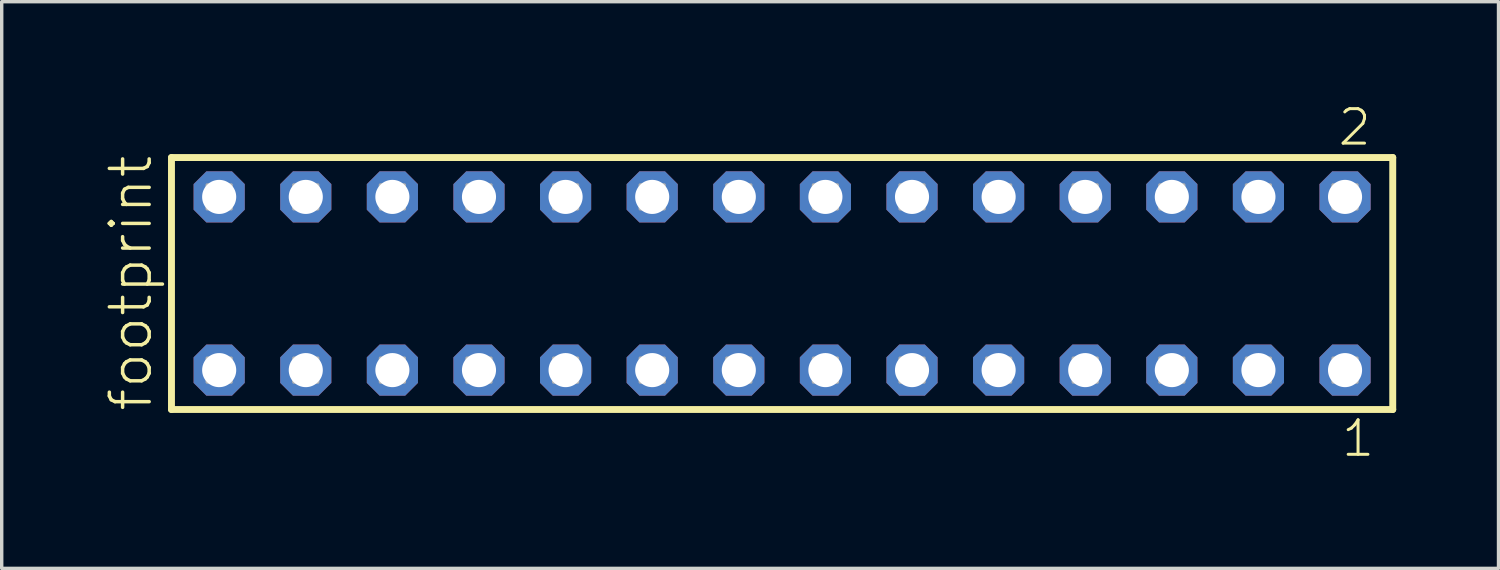
<source format=kicad_pcb>
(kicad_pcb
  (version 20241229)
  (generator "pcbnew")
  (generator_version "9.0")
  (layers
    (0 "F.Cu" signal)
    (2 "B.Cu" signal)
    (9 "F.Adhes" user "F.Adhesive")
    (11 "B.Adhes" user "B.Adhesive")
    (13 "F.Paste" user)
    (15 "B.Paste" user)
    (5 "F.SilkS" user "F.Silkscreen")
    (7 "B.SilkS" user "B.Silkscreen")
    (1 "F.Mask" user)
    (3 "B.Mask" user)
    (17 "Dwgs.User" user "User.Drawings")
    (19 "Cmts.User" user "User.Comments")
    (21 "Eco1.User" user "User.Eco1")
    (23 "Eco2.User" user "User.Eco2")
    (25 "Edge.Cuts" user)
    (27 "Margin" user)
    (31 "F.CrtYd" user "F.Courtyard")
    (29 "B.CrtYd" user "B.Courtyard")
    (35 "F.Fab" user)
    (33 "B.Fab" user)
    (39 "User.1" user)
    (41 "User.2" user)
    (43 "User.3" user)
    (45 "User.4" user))
  (footprint "footprint"
    (layer "F.Cu")
    (at 19.888 5.265)
    (property "Reference" "footprint" (at -18.415 3.81 90) (layer "F.SilkS") (effects (font (size 1.168 1.168) (thickness 0.102)) (justify left bottom)))
    (fp_line (start -17.909 -3.695) (end 17.909 -3.695) (stroke (width 0.203) (type solid)) (layer "F.SilkS"))
    (fp_line (start -17.909 3.695) (end -17.909 -3.695) (stroke (width 0.203) (type solid)) (layer "F.SilkS"))
    (fp_line (start 17.909 -3.695) (end 17.909 3.695) (stroke (width 0.203) (type solid)) (layer "F.SilkS"))
    (fp_line (start 17.909 3.695) (end -17.909 3.695) (stroke (width 0.203) (type solid)) (layer "F.SilkS"))
    (fp_poly (pts (xy -16.86 -2.19) (xy -16.16 -2.19) (xy -16.16 -2.89) (xy -16.86 -2.89)) (stroke (width 0.1) (type solid)) (fill no) (layer "F.Fab"))
    (fp_poly (pts (xy -16.86 2.89) (xy -16.16 2.89) (xy -16.16 2.19) (xy -16.86 2.19)) (stroke (width 0.1) (type solid)) (fill no) (layer "F.Fab"))
    (fp_poly (pts (xy -14.32 -2.19) (xy -13.62 -2.19) (xy -13.62 -2.89) (xy -14.32 -2.89)) (stroke (width 0.1) (type solid)) (fill no) (layer "F.Fab"))
    (fp_poly (pts (xy -14.32 2.89) (xy -13.62 2.89) (xy -13.62 2.19) (xy -14.32 2.19)) (stroke (width 0.1) (type solid)) (fill no) (layer "F.Fab"))
    (fp_poly (pts (xy -11.78 -2.19) (xy -11.08 -2.19) (xy -11.08 -2.89) (xy -11.78 -2.89)) (stroke (width 0.1) (type solid)) (fill no) (layer "F.Fab"))
    (fp_poly (pts (xy -11.78 2.89) (xy -11.08 2.89) (xy -11.08 2.19) (xy -11.78 2.19)) (stroke (width 0.1) (type solid)) (fill no) (layer "F.Fab"))
    (fp_poly (pts (xy -9.24 -2.19) (xy -8.54 -2.19) (xy -8.54 -2.89) (xy -9.24 -2.89)) (stroke (width 0.1) (type solid)) (fill no) (layer "F.Fab"))
    (fp_poly (pts (xy -9.24 2.89) (xy -8.54 2.89) (xy -8.54 2.19) (xy -9.24 2.19)) (stroke (width 0.1) (type solid)) (fill no) (layer "F.Fab"))
    (fp_poly (pts (xy -6.7 -2.19) (xy -6 -2.19) (xy -6 -2.89) (xy -6.7 -2.89)) (stroke (width 0.1) (type solid)) (fill no) (layer "F.Fab"))
    (fp_poly (pts (xy -6.7 2.89) (xy -6 2.89) (xy -6 2.19) (xy -6.7 2.19)) (stroke (width 0.1) (type solid)) (fill no) (layer "F.Fab"))
    (fp_poly (pts (xy -4.16 -2.19) (xy -3.46 -2.19) (xy -3.46 -2.89) (xy -4.16 -2.89)) (stroke (width 0.1) (type solid)) (fill no) (layer "F.Fab"))
    (fp_poly (pts (xy -4.16 2.89) (xy -3.46 2.89) (xy -3.46 2.19) (xy -4.16 2.19)) (stroke (width 0.1) (type solid)) (fill no) (layer "F.Fab"))
    (fp_poly (pts (xy -1.62 -2.19) (xy -0.92 -2.19) (xy -0.92 -2.89) (xy -1.62 -2.89)) (stroke (width 0.1) (type solid)) (fill no) (layer "F.Fab"))
    (fp_poly (pts (xy -1.62 2.89) (xy -0.92 2.89) (xy -0.92 2.19) (xy -1.62 2.19)) (stroke (width 0.1) (type solid)) (fill no) (layer "F.Fab"))
    (fp_poly (pts (xy 0.92 -2.19) (xy 1.62 -2.19) (xy 1.62 -2.89) (xy 0.92 -2.89)) (stroke (width 0.1) (type solid)) (fill no) (layer "F.Fab"))
    (fp_poly (pts (xy 0.92 2.89) (xy 1.62 2.89) (xy 1.62 2.19) (xy 0.92 2.19)) (stroke (width 0.1) (type solid)) (fill no) (layer "F.Fab"))
    (fp_poly (pts (xy 3.46 -2.19) (xy 4.16 -2.19) (xy 4.16 -2.89) (xy 3.46 -2.89)) (stroke (width 0.1) (type solid)) (fill no) (layer "F.Fab"))
    (fp_poly (pts (xy 3.46 2.89) (xy 4.16 2.89) (xy 4.16 2.19) (xy 3.46 2.19)) (stroke (width 0.1) (type solid)) (fill no) (layer "F.Fab"))
    (fp_poly (pts (xy 6 -2.19) (xy 6.7 -2.19) (xy 6.7 -2.89) (xy 6 -2.89)) (stroke (width 0.1) (type solid)) (fill no) (layer "F.Fab"))
    (fp_poly (pts (xy 6 2.89) (xy 6.7 2.89) (xy 6.7 2.19) (xy 6 2.19)) (stroke (width 0.1) (type solid)) (fill no) (layer "F.Fab"))
    (fp_poly (pts (xy 8.54 -2.19) (xy 9.24 -2.19) (xy 9.24 -2.89) (xy 8.54 -2.89)) (stroke (width 0.1) (type solid)) (fill no) (layer "F.Fab"))
    (fp_poly (pts (xy 8.54 2.89) (xy 9.24 2.89) (xy 9.24 2.19) (xy 8.54 2.19)) (stroke (width 0.1) (type solid)) (fill no) (layer "F.Fab"))
    (fp_poly (pts (xy 11.08 -2.19) (xy 11.78 -2.19) (xy 11.78 -2.89) (xy 11.08 -2.89)) (stroke (width 0.1) (type solid)) (fill no) (layer "F.Fab"))
    (fp_poly (pts (xy 11.08 2.89) (xy 11.78 2.89) (xy 11.78 2.19) (xy 11.08 2.19)) (stroke (width 0.1) (type solid)) (fill no) (layer "F.Fab"))
    (fp_poly (pts (xy 13.62 -2.19) (xy 14.32 -2.19) (xy 14.32 -2.89) (xy 13.62 -2.89)) (stroke (width 0.1) (type solid)) (fill no) (layer "F.Fab"))
    (fp_poly (pts (xy 13.62 2.89) (xy 14.32 2.89) (xy 14.32 2.19) (xy 13.62 2.19)) (stroke (width 0.1) (type solid)) (fill no) (layer "F.Fab"))
    (fp_poly (pts (xy 16.16 -2.19) (xy 16.86 -2.19) (xy 16.86 -2.89) (xy 16.16 -2.89)) (stroke (width 0.1) (type solid)) (fill no) (layer "F.Fab"))
    (fp_poly (pts (xy 16.16 2.89) (xy 16.86 2.89) (xy 16.86 2.19) (xy 16.16 2.19)) (stroke (width 0.1) (type solid)) (fill no) (layer "F.Fab"))
    (fp_text user "2" (at 16.252 -3.989 0) (layer "F.SilkS") (effects (font (size 1.012 1.012) (thickness 0.088)) (justify left bottom)))
    (fp_text user "1" (at 16.352 5.138 0) (layer "F.SilkS") (effects (font (size 1.012 1.012) (thickness 0.088)) (justify left bottom)))
    (pad "1" thru_hole roundrect (at 16.51 2.54 180) (size 1.5 1.5) (drill 1) (layers "*.Cu" "*.Mask") (roundrect_rratio 0.25) (chamfer_ratio 0.25) (chamfer top_left top_right bottom_left bottom_right))
    (pad "2" thru_hole roundrect (at 16.51 -2.54 180) (size 1.5 1.5) (drill 1) (layers "*.Cu" "*.Mask") (roundrect_rratio 0.25) (chamfer_ratio 0.25) (chamfer top_left top_right bottom_left bottom_right))
    (pad "3" thru_hole roundrect (at 13.97 2.54 180) (size 1.5 1.5) (drill 1) (layers "*.Cu" "*.Mask") (roundrect_rratio 0.25) (chamfer_ratio 0.25) (chamfer top_left top_right bottom_left bottom_right))
    (pad "4" thru_hole roundrect (at 13.97 -2.54 180) (size 1.5 1.5) (drill 1) (layers "*.Cu" "*.Mask") (roundrect_rratio 0.25) (chamfer_ratio 0.25) (chamfer top_left top_right bottom_left bottom_right))
    (pad "5" thru_hole roundrect (at 11.43 2.54 180) (size 1.5 1.5) (drill 1) (layers "*.Cu" "*.Mask") (roundrect_rratio 0.25) (chamfer_ratio 0.25) (chamfer top_left top_right bottom_left bottom_right))
    (pad "6" thru_hole roundrect (at 11.43 -2.54 180) (size 1.5 1.5) (drill 1) (layers "*.Cu" "*.Mask") (roundrect_rratio 0.25) (chamfer_ratio 0.25) (chamfer top_left top_right bottom_left bottom_right))
    (pad "7" thru_hole roundrect (at 8.89 2.54 180) (size 1.5 1.5) (drill 1) (layers "*.Cu" "*.Mask") (roundrect_rratio 0.25) (chamfer_ratio 0.25) (chamfer top_left top_right bottom_left bottom_right))
    (pad "8" thru_hole roundrect (at 8.89 -2.54 180) (size 1.5 1.5) (drill 1) (layers "*.Cu" "*.Mask") (roundrect_rratio 0.25) (chamfer_ratio 0.25) (chamfer top_left top_right bottom_left bottom_right))
    (pad "9" thru_hole roundrect (at 6.35 2.54 180) (size 1.5 1.5) (drill 1) (layers "*.Cu" "*.Mask") (roundrect_rratio 0.25) (chamfer_ratio 0.25) (chamfer top_left top_right bottom_left bottom_right))
    (pad "10" thru_hole roundrect (at 6.35 -2.54 180) (size 1.5 1.5) (drill 1) (layers "*.Cu" "*.Mask") (roundrect_rratio 0.25) (chamfer_ratio 0.25) (chamfer top_left top_right bottom_left bottom_right))
    (pad "11" thru_hole roundrect (at 3.81 2.54 180) (size 1.5 1.5) (drill 1) (layers "*.Cu" "*.Mask") (roundrect_rratio 0.25) (chamfer_ratio 0.25) (chamfer top_left top_right bottom_left bottom_right))
    (pad "12" thru_hole roundrect (at 3.81 -2.54 180) (size 1.5 1.5) (drill 1) (layers "*.Cu" "*.Mask") (roundrect_rratio 0.25) (chamfer_ratio 0.25) (chamfer top_left top_right bottom_left bottom_right))
    (pad "13" thru_hole roundrect (at 1.27 2.54 180) (size 1.5 1.5) (drill 1) (layers "*.Cu" "*.Mask") (roundrect_rratio 0.25) (chamfer_ratio 0.25) (chamfer top_left top_right bottom_left bottom_right))
    (pad "14" thru_hole roundrect (at 1.27 -2.54 180) (size 1.5 1.5) (drill 1) (layers "*.Cu" "*.Mask") (roundrect_rratio 0.25) (chamfer_ratio 0.25) (chamfer top_left top_right bottom_left bottom_right))
    (pad "15" thru_hole roundrect (at -1.27 2.54 180) (size 1.5 1.5) (drill 1) (layers "*.Cu" "*.Mask") (roundrect_rratio 0.25) (chamfer_ratio 0.25) (chamfer top_left top_right bottom_left bottom_right))
    (pad "16" thru_hole roundrect (at -1.27 -2.54 180) (size 1.5 1.5) (drill 1) (layers "*.Cu" "*.Mask") (roundrect_rratio 0.25) (chamfer_ratio 0.25) (chamfer top_left top_right bottom_left bottom_right))
    (pad "17" thru_hole roundrect (at -3.81 2.54 180) (size 1.5 1.5) (drill 1) (layers "*.Cu" "*.Mask") (roundrect_rratio 0.25) (chamfer_ratio 0.25) (chamfer top_left top_right bottom_left bottom_right))
    (pad "18" thru_hole roundrect (at -3.81 -2.54 180) (size 1.5 1.5) (drill 1) (layers "*.Cu" "*.Mask") (roundrect_rratio 0.25) (chamfer_ratio 0.25) (chamfer top_left top_right bottom_left bottom_right))
    (pad "19" thru_hole roundrect (at -6.35 2.54 180) (size 1.5 1.5) (drill 1) (layers "*.Cu" "*.Mask") (roundrect_rratio 0.25) (chamfer_ratio 0.25) (chamfer top_left top_right bottom_left bottom_right))
    (pad "20" thru_hole roundrect (at -6.35 -2.54 180) (size 1.5 1.5) (drill 1) (layers "*.Cu" "*.Mask") (roundrect_rratio 0.25) (chamfer_ratio 0.25) (chamfer top_left top_right bottom_left bottom_right))
    (pad "21" thru_hole roundrect (at -8.89 2.54 180) (size 1.5 1.5) (drill 1) (layers "*.Cu" "*.Mask") (roundrect_rratio 0.25) (chamfer_ratio 0.25) (chamfer top_left top_right bottom_left bottom_right))
    (pad "22" thru_hole roundrect (at -8.89 -2.54 180) (size 1.5 1.5) (drill 1) (layers "*.Cu" "*.Mask") (roundrect_rratio 0.25) (chamfer_ratio 0.25) (chamfer top_left top_right bottom_left bottom_right))
    (pad "23" thru_hole roundrect (at -11.43 2.54 180) (size 1.5 1.5) (drill 1) (layers "*.Cu" "*.Mask") (roundrect_rratio 0.25) (chamfer_ratio 0.25) (chamfer top_left top_right bottom_left bottom_right))
    (pad "24" thru_hole roundrect (at -11.43 -2.54 180) (size 1.5 1.5) (drill 1) (layers "*.Cu" "*.Mask") (roundrect_rratio 0.25) (chamfer_ratio 0.25) (chamfer top_left top_right bottom_left bottom_right))
    (pad "25" thru_hole roundrect (at -13.97 2.54 180) (size 1.5 1.5) (drill 1) (layers "*.Cu" "*.Mask") (roundrect_rratio 0.25) (chamfer_ratio 0.25) (chamfer top_left top_right bottom_left bottom_right))
    (pad "26" thru_hole roundrect (at -13.97 -2.54 180) (size 1.5 1.5) (drill 1) (layers "*.Cu" "*.Mask") (roundrect_rratio 0.25) (chamfer_ratio 0.25) (chamfer top_left top_right bottom_left bottom_right))
    (pad "27" thru_hole roundrect (at -16.51 2.54 180) (size 1.5 1.5) (drill 1) (layers "*.Cu" "*.Mask") (roundrect_rratio 0.25) (chamfer_ratio 0.25) (chamfer top_left top_right bottom_left bottom_right))
    (pad "28" thru_hole roundrect (at -16.51 -2.54 180) (size 1.5 1.5) (drill 1) (layers "*.Cu" "*.Mask") (roundrect_rratio 0.25) (chamfer_ratio 0.25) (chamfer top_left top_right bottom_left bottom_right)))
  (gr_rect
    (start -3 -3)
    (end 40.899 13.62)
    (stroke (width 0.1) (type default))
    (fill no)
    (layer "Edge.Cuts")))
</source>
